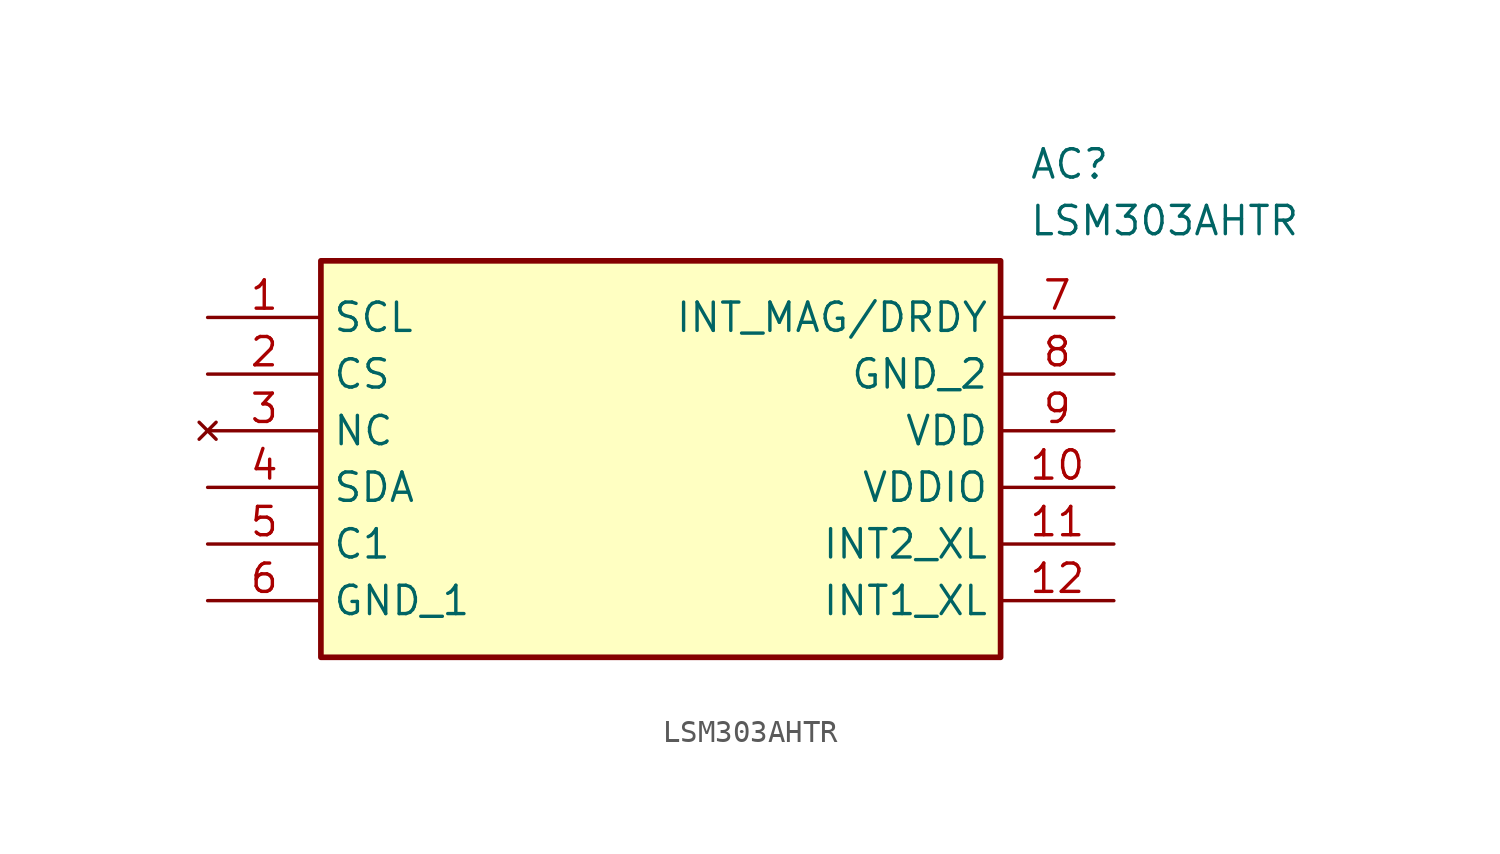
<source format=kicad_sym>
(kicad_symbol_lib
  (version 20211014)
  (generator SamacSys_ECAD_Model)
  (symbol "LSM303AHTR"
    (property "Reference" "AC"
      (at 36.83 7.62 0)
      (effects (font (size 1.27 1.27)) (justify left top)))
    (property "Value" "LSM303AHTR"
      (at 36.83 5.08 0)
      (effects (font (size 1.27 1.27)) (justify left top)))
    (rectangle
      (start 5.08 2.54)
      (end 35.56 -15.24)
      (stroke (width 0.254) (type default))
      (fill (type background)))
    (pin passive line
      (at 0 0 0)
      (length 5.08)
      (name "SCL" (effects (font (size 1.27 1.27))))
      (number "1" (effects (font (size 1.27 1.27)))))
    (pin passive line
      (at 0 -2.54 0)
      (length 5.08)
      (name "CS" (effects (font (size 1.27 1.27))))
      (number "2" (effects (font (size 1.27 1.27)))))
    (pin no_connect line
      (at 0 -5.08 0)
      (length 5.08)
      (name "NC" (effects (font (size 1.27 1.27))))
      (number "3" (effects (font (size 1.27 1.27)))))
    (pin passive line
      (at 0 -7.62 0)
      (length 5.08)
      (name "SDA" (effects (font (size 1.27 1.27))))
      (number "4" (effects (font (size 1.27 1.27)))))
    (pin passive line
      (at 0 -10.16 0)
      (length 5.08)
      (name "C1" (effects (font (size 1.27 1.27))))
      (number "5" (effects (font (size 1.27 1.27)))))
    (pin passive line
      (at 0 -12.7 0)
      (length 5.08)
      (name "GND_1" (effects (font (size 1.27 1.27))))
      (number "6" (effects (font (size 1.27 1.27)))))
    (pin passive line
      (at 40.64 0 180)
      (length 5.08)
      (name "INT_MAG/DRDY" (effects (font (size 1.27 1.27))))
      (number "7" (effects (font (size 1.27 1.27)))))
    (pin passive line
      (at 40.64 -2.54 180)
      (length 5.08)
      (name "GND_2" (effects (font (size 1.27 1.27))))
      (number "8" (effects (font (size 1.27 1.27)))))
    (pin passive line
      (at 40.64 -5.08 180)
      (length 5.08)
      (name "VDD" (effects (font (size 1.27 1.27))))
      (number "9" (effects (font (size 1.27 1.27)))))
    (pin passive line
      (at 40.64 -7.62 180)
      (length 5.08)
      (name "VDDIO" (effects (font (size 1.27 1.27))))
      (number "10" (effects (font (size 1.27 1.27)))))
    (pin passive line
      (at 40.64 -10.16 180)
      (length 5.08)
      (name "INT2_XL" (effects (font (size 1.27 1.27))))
      (number "11" (effects (font (size 1.27 1.27)))))
    (pin passive line
      (at 40.64 -12.7 180)
      (length 5.08)
      (name "INT1_XL" (effects (font (size 1.27 1.27))))
      (number "12" (effects (font (size 1.27 1.27)))))))
</source>
